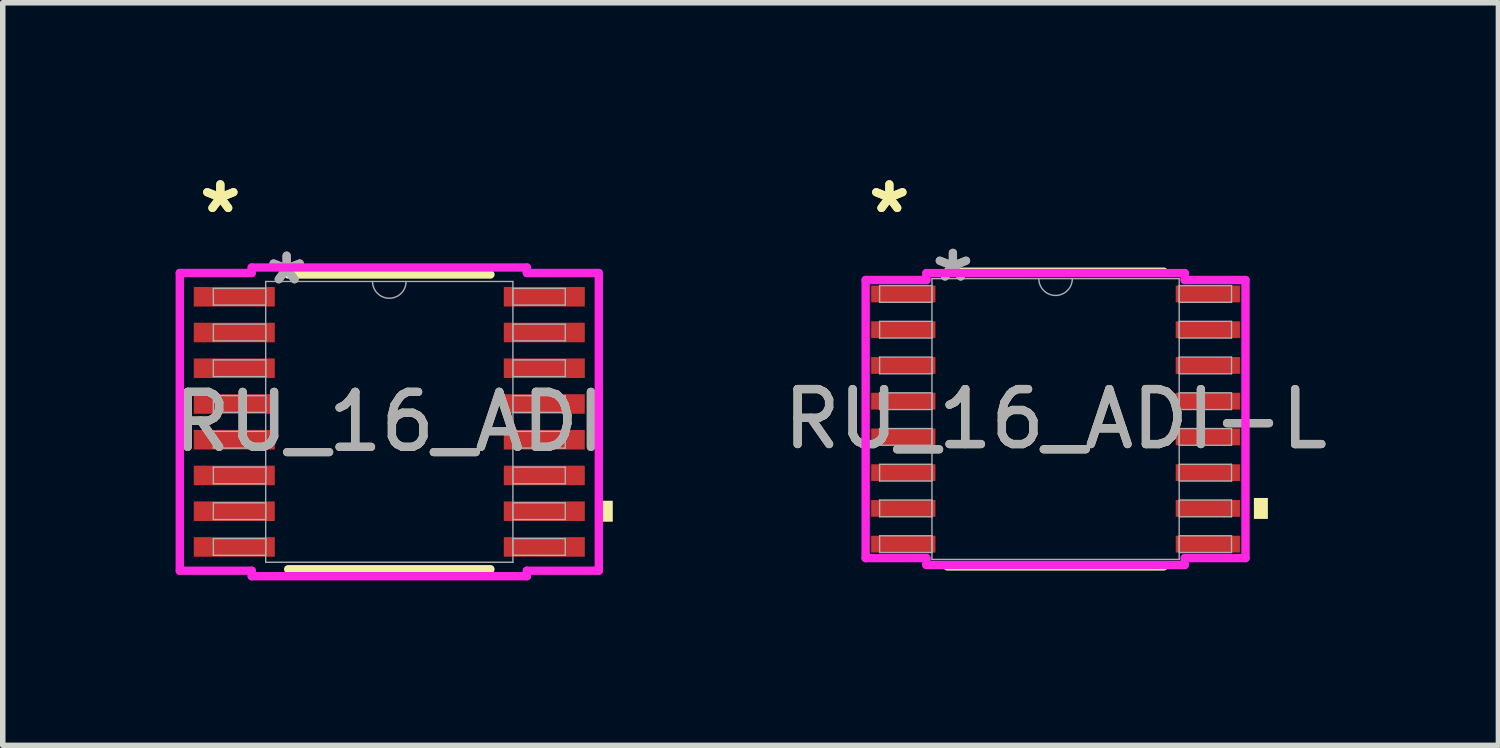
<source format=kicad_pcb>
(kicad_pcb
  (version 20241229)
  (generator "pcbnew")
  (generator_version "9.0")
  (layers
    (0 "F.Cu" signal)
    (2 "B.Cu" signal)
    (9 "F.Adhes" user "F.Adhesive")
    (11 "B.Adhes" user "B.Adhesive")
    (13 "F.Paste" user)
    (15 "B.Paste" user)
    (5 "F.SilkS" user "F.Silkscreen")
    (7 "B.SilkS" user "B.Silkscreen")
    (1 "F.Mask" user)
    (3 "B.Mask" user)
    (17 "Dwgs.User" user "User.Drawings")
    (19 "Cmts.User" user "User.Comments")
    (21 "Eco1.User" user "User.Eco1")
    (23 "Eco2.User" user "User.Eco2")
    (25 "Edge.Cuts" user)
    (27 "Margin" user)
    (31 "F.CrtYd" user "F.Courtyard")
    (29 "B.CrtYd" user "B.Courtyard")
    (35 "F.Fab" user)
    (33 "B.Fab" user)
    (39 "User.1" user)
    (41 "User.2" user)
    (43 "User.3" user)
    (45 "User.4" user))
  (footprint "RU_16_ADI-L"
    (layer "F.Cu")
    (at 16.147 4.571)
    (property "Reference" "RU_16_ADI-L" (at 0 0 0) (unlocked yes) (layer "F.SilkS") (effects (font (size 1 1) (thickness 0.15))))
    (attr smd)
    (fp_line (start -1.967 2.68) (end 1.967 2.68) (stroke (width 0.152) (type solid)) (layer "F.SilkS"))
    (fp_line (start 1.967 -2.68) (end -1.967 -2.68) (stroke (width 0.152) (type solid)) (layer "F.SilkS"))
    (fp_poly (pts (xy 3.861 1.435) (xy 3.861 1.816) (xy 3.607 1.816) (xy 3.607 1.435)) (stroke (width 0) (type solid)) (fill yes) (layer "F.SilkS"))
    (fp_line (start -3.454 -2.529) (end -2.349 -2.529) (stroke (width 0.152) (type solid)) (layer "F.CrtYd"))
    (fp_line (start -3.454 2.529) (end -3.454 -2.529) (stroke (width 0.152) (type solid)) (layer "F.CrtYd"))
    (fp_line (start -3.454 2.529) (end -2.349 2.529) (stroke (width 0.152) (type solid)) (layer "F.CrtYd"))
    (fp_line (start -2.349 -2.654) (end 2.349 -2.654) (stroke (width 0.152) (type solid)) (layer "F.CrtYd"))
    (fp_line (start -2.349 -2.529) (end -2.349 -2.654) (stroke (width 0.152) (type solid)) (layer "F.CrtYd"))
    (fp_line (start -2.349 2.654) (end -2.349 2.529) (stroke (width 0.152) (type solid)) (layer "F.CrtYd"))
    (fp_line (start 2.349 -2.654) (end 2.349 -2.529) (stroke (width 0.152) (type solid)) (layer "F.CrtYd"))
    (fp_line (start 2.349 2.529) (end 2.349 2.654) (stroke (width 0.152) (type solid)) (layer "F.CrtYd"))
    (fp_line (start 2.349 2.654) (end -2.349 2.654) (stroke (width 0.152) (type solid)) (layer "F.CrtYd"))
    (fp_line (start 3.454 -2.529) (end 2.349 -2.529) (stroke (width 0.152) (type solid)) (layer "F.CrtYd"))
    (fp_line (start 3.454 -2.529) (end 3.454 2.529) (stroke (width 0.152) (type solid)) (layer "F.CrtYd"))
    (fp_line (start 3.454 2.529) (end 2.349 2.529) (stroke (width 0.152) (type solid)) (layer "F.CrtYd"))
    (fp_line (start -3.2 -2.427) (end -3.2 -2.123) (stroke (width 0.025) (type solid)) (layer "F.Fab"))
    (fp_line (start -3.2 -2.123) (end -2.248 -2.123) (stroke (width 0.025) (type solid)) (layer "F.Fab"))
    (fp_line (start -3.2 -1.777) (end -3.2 -1.473) (stroke (width 0.025) (type solid)) (layer "F.Fab"))
    (fp_line (start -3.2 -1.473) (end -2.248 -1.473) (stroke (width 0.025) (type solid)) (layer "F.Fab"))
    (fp_line (start -3.2 -1.127) (end -3.2 -0.823) (stroke (width 0.025) (type solid)) (layer "F.Fab"))
    (fp_line (start -3.2 -0.823) (end -2.248 -0.823) (stroke (width 0.025) (type solid)) (layer "F.Fab"))
    (fp_line (start -3.2 -0.477) (end -3.2 -0.173) (stroke (width 0.025) (type solid)) (layer "F.Fab"))
    (fp_line (start -3.2 -0.173) (end -2.248 -0.173) (stroke (width 0.025) (type solid)) (layer "F.Fab"))
    (fp_line (start -3.2 0.173) (end -3.2 0.477) (stroke (width 0.025) (type solid)) (layer "F.Fab"))
    (fp_line (start -3.2 0.477) (end -2.248 0.477) (stroke (width 0.025) (type solid)) (layer "F.Fab"))
    (fp_line (start -3.2 0.823) (end -3.2 1.127) (stroke (width 0.025) (type solid)) (layer "F.Fab"))
    (fp_line (start -3.2 1.127) (end -2.248 1.127) (stroke (width 0.025) (type solid)) (layer "F.Fab"))
    (fp_line (start -3.2 1.473) (end -3.2 1.777) (stroke (width 0.025) (type solid)) (layer "F.Fab"))
    (fp_line (start -3.2 1.777) (end -2.248 1.777) (stroke (width 0.025) (type solid)) (layer "F.Fab"))
    (fp_line (start -3.2 2.123) (end -3.2 2.427) (stroke (width 0.025) (type solid)) (layer "F.Fab"))
    (fp_line (start -3.2 2.427) (end -2.248 2.427) (stroke (width 0.025) (type solid)) (layer "F.Fab"))
    (fp_line (start -2.248 -2.553) (end -2.248 2.553) (stroke (width 0.025) (type solid)) (layer "F.Fab"))
    (fp_line (start -2.248 -2.427) (end -3.2 -2.427) (stroke (width 0.025) (type solid)) (layer "F.Fab"))
    (fp_line (start -2.248 -2.123) (end -2.248 -2.427) (stroke (width 0.025) (type solid)) (layer "F.Fab"))
    (fp_line (start -2.248 -1.777) (end -3.2 -1.777) (stroke (width 0.025) (type solid)) (layer "F.Fab"))
    (fp_line (start -2.248 -1.473) (end -2.248 -1.777) (stroke (width 0.025) (type solid)) (layer "F.Fab"))
    (fp_line (start -2.248 -1.127) (end -3.2 -1.127) (stroke (width 0.025) (type solid)) (layer "F.Fab"))
    (fp_line (start -2.248 -0.823) (end -2.248 -1.127) (stroke (width 0.025) (type solid)) (layer "F.Fab"))
    (fp_line (start -2.248 -0.477) (end -3.2 -0.477) (stroke (width 0.025) (type solid)) (layer "F.Fab"))
    (fp_line (start -2.248 -0.173) (end -2.248 -0.477) (stroke (width 0.025) (type solid)) (layer "F.Fab"))
    (fp_line (start -2.248 0.173) (end -3.2 0.173) (stroke (width 0.025) (type solid)) (layer "F.Fab"))
    (fp_line (start -2.248 0.477) (end -2.248 0.173) (stroke (width 0.025) (type solid)) (layer "F.Fab"))
    (fp_line (start -2.248 0.823) (end -3.2 0.823) (stroke (width 0.025) (type solid)) (layer "F.Fab"))
    (fp_line (start -2.248 1.127) (end -2.248 0.823) (stroke (width 0.025) (type solid)) (layer "F.Fab"))
    (fp_line (start -2.248 1.473) (end -3.2 1.473) (stroke (width 0.025) (type solid)) (layer "F.Fab"))
    (fp_line (start -2.248 1.777) (end -2.248 1.473) (stroke (width 0.025) (type solid)) (layer "F.Fab"))
    (fp_line (start -2.248 2.123) (end -3.2 2.123) (stroke (width 0.025) (type solid)) (layer "F.Fab"))
    (fp_line (start -2.248 2.427) (end -2.248 2.123) (stroke (width 0.025) (type solid)) (layer "F.Fab"))
    (fp_line (start -2.248 2.553) (end 2.248 2.553) (stroke (width 0.025) (type solid)) (layer "F.Fab"))
    (fp_line (start 2.248 -2.553) (end -2.248 -2.553) (stroke (width 0.025) (type solid)) (layer "F.Fab"))
    (fp_line (start 2.248 -2.427) (end 2.248 -2.123) (stroke (width 0.025) (type solid)) (layer "F.Fab"))
    (fp_line (start 2.248 -2.123) (end 3.2 -2.123) (stroke (width 0.025) (type solid)) (layer "F.Fab"))
    (fp_line (start 2.248 -1.777) (end 2.248 -1.473) (stroke (width 0.025) (type solid)) (layer "F.Fab"))
    (fp_line (start 2.248 -1.473) (end 3.2 -1.473) (stroke (width 0.025) (type solid)) (layer "F.Fab"))
    (fp_line (start 2.248 -1.127) (end 2.248 -0.823) (stroke (width 0.025) (type solid)) (layer "F.Fab"))
    (fp_line (start 2.248 -0.823) (end 3.2 -0.823) (stroke (width 0.025) (type solid)) (layer "F.Fab"))
    (fp_line (start 2.248 -0.477) (end 2.248 -0.173) (stroke (width 0.025) (type solid)) (layer "F.Fab"))
    (fp_line (start 2.248 -0.173) (end 3.2 -0.173) (stroke (width 0.025) (type solid)) (layer "F.Fab"))
    (fp_line (start 2.248 0.173) (end 2.248 0.477) (stroke (width 0.025) (type solid)) (layer "F.Fab"))
    (fp_line (start 2.248 0.477) (end 3.2 0.477) (stroke (width 0.025) (type solid)) (layer "F.Fab"))
    (fp_line (start 2.248 0.823) (end 2.248 1.127) (stroke (width 0.025) (type solid)) (layer "F.Fab"))
    (fp_line (start 2.248 1.127) (end 3.2 1.127) (stroke (width 0.025) (type solid)) (layer "F.Fab"))
    (fp_line (start 2.248 1.473) (end 2.248 1.777) (stroke (width 0.025) (type solid)) (layer "F.Fab"))
    (fp_line (start 2.248 1.777) (end 3.2 1.777) (stroke (width 0.025) (type solid)) (layer "F.Fab"))
    (fp_line (start 2.248 2.123) (end 2.248 2.427) (stroke (width 0.025) (type solid)) (layer "F.Fab"))
    (fp_line (start 2.248 2.427) (end 3.2 2.427) (stroke (width 0.025) (type solid)) (layer "F.Fab"))
    (fp_line (start 2.248 2.553) (end 2.248 -2.553) (stroke (width 0.025) (type solid)) (layer "F.Fab"))
    (fp_line (start 3.2 -2.427) (end 2.248 -2.427) (stroke (width 0.025) (type solid)) (layer "F.Fab"))
    (fp_line (start 3.2 -2.123) (end 3.2 -2.427) (stroke (width 0.025) (type solid)) (layer "F.Fab"))
    (fp_line (start 3.2 -1.777) (end 2.248 -1.777) (stroke (width 0.025) (type solid)) (layer "F.Fab"))
    (fp_line (start 3.2 -1.473) (end 3.2 -1.777) (stroke (width 0.025) (type solid)) (layer "F.Fab"))
    (fp_line (start 3.2 -1.127) (end 2.248 -1.127) (stroke (width 0.025) (type solid)) (layer "F.Fab"))
    (fp_line (start 3.2 -0.823) (end 3.2 -1.127) (stroke (width 0.025) (type solid)) (layer "F.Fab"))
    (fp_line (start 3.2 -0.477) (end 2.248 -0.477) (stroke (width 0.025) (type solid)) (layer "F.Fab"))
    (fp_line (start 3.2 -0.173) (end 3.2 -0.477) (stroke (width 0.025) (type solid)) (layer "F.Fab"))
    (fp_line (start 3.2 0.173) (end 2.248 0.173) (stroke (width 0.025) (type solid)) (layer "F.Fab"))
    (fp_line (start 3.2 0.477) (end 3.2 0.173) (stroke (width 0.025) (type solid)) (layer "F.Fab"))
    (fp_line (start 3.2 0.823) (end 2.248 0.823) (stroke (width 0.025) (type solid)) (layer "F.Fab"))
    (fp_line (start 3.2 1.127) (end 3.2 0.823) (stroke (width 0.025) (type solid)) (layer "F.Fab"))
    (fp_line (start 3.2 1.473) (end 2.248 1.473) (stroke (width 0.025) (type solid)) (layer "F.Fab"))
    (fp_line (start 3.2 1.777) (end 3.2 1.473) (stroke (width 0.025) (type solid)) (layer "F.Fab"))
    (fp_line (start 3.2 2.123) (end 2.248 2.123) (stroke (width 0.025) (type solid)) (layer "F.Fab"))
    (fp_line (start 3.2 2.427) (end 3.2 2.123) (stroke (width 0.025) (type solid)) (layer "F.Fab"))
    (fp_arc (start 0.3048 -2.5527) (mid 0 -2.2479) (end -0.3048 -2.5527) (stroke (width 0.0254) (type solid)) (layer "F.Fab"))
    (fp_text user "*" (at -3.023 -3.723 0) (layer "F.SilkS") (effects (font (size 1 1) (thickness 0.15))))
    (fp_text user "*" (at -3.023 -3.723 0) (unlocked yes) (layer "F.SilkS") (effects (font (size 1 1) (thickness 0.15))))
    (fp_text user "${REFERENCE}" (at 0 0 0) (unlocked yes) (layer "F.Fab") (effects (font (size 1 1) (thickness 0.15))))
    (fp_text user "*" (at -1.867 -2.477 0) (layer "F.Fab") (effects (font (size 1 1) (thickness 0.15))))
    (fp_text user "*" (at -1.867 -2.477 0) (unlocked yes) (layer "F.Fab") (effects (font (size 1 1) (thickness 0.15))))
    (pad "1" smd rect (at -2.769 -2.275) (size 1.168 0.305) (layers "F.Cu" "F.Mask" "F.Paste"))
    (pad "2" smd rect (at -2.769 -1.625) (size 1.168 0.305) (layers "F.Cu" "F.Mask" "F.Paste"))
    (pad "3" smd rect (at -2.769 -0.975) (size 1.168 0.305) (layers "F.Cu" "F.Mask" "F.Paste"))
    (pad "4" smd rect (at -2.769 -0.325) (size 1.168 0.305) (layers "F.Cu" "F.Mask" "F.Paste"))
    (pad "5" smd rect (at -2.769 0.325) (size 1.168 0.305) (layers "F.Cu" "F.Mask" "F.Paste"))
    (pad "6" smd rect (at -2.769 0.975) (size 1.168 0.305) (layers "F.Cu" "F.Mask" "F.Paste"))
    (pad "7" smd rect (at -2.769 1.625) (size 1.168 0.305) (layers "F.Cu" "F.Mask" "F.Paste"))
    (pad "8" smd rect (at -2.769 2.275) (size 1.168 0.305) (layers "F.Cu" "F.Mask" "F.Paste"))
    (pad "9" smd rect (at 2.769 2.275) (size 1.168 0.305) (layers "F.Cu" "F.Mask" "F.Paste"))
    (pad "10" smd rect (at 2.769 1.625) (size 1.168 0.305) (layers "F.Cu" "F.Mask" "F.Paste"))
    (pad "11" smd rect (at 2.769 0.975) (size 1.168 0.305) (layers "F.Cu" "F.Mask" "F.Paste"))
    (pad "12" smd rect (at 2.769 0.325) (size 1.168 0.305) (layers "F.Cu" "F.Mask" "F.Paste"))
    (pad "13" smd rect (at 2.769 -0.325) (size 1.168 0.305) (layers "F.Cu" "F.Mask" "F.Paste"))
    (pad "14" smd rect (at 2.769 -0.975) (size 1.168 0.305) (layers "F.Cu" "F.Mask" "F.Paste"))
    (pad "15" smd rect (at 2.769 -1.625) (size 1.168 0.305) (layers "F.Cu" "F.Mask" "F.Paste"))
    (pad "16" smd rect (at 2.769 -2.275) (size 1.168 0.305) (layers "F.Cu" "F.Mask" "F.Paste")))
  (footprint "RU_16_ADI"
    (layer "F.Cu")
    (at 4.03 4.622)
    (property "Reference" "RU_16_ADI" (at 0 0 0) (unlocked yes) (layer "F.SilkS") (effects (font (size 1 1) (thickness 0.15))))
    (attr smd)
    (fp_line (start -1.839 2.68) (end 1.839 2.68) (stroke (width 0.152) (type solid)) (layer "F.SilkS"))
    (fp_line (start 1.839 -2.68) (end -1.839 -2.68) (stroke (width 0.152) (type solid)) (layer "F.SilkS"))
    (fp_poly (pts (xy 4.064 1.435) (xy 4.064 1.816) (xy 3.81 1.816) (xy 3.81 1.435)) (stroke (width 0) (type solid)) (fill yes) (layer "F.SilkS"))
    (fp_line (start -3.81 -2.707) (end -2.502 -2.707) (stroke (width 0.152) (type solid)) (layer "F.CrtYd"))
    (fp_line (start -3.81 2.707) (end -3.81 -2.707) (stroke (width 0.152) (type solid)) (layer "F.CrtYd"))
    (fp_line (start -3.81 2.707) (end -2.502 2.707) (stroke (width 0.152) (type solid)) (layer "F.CrtYd"))
    (fp_line (start -2.502 -2.807) (end 2.502 -2.807) (stroke (width 0.152) (type solid)) (layer "F.CrtYd"))
    (fp_line (start -2.502 -2.707) (end -2.502 -2.807) (stroke (width 0.152) (type solid)) (layer "F.CrtYd"))
    (fp_line (start -2.502 2.807) (end -2.502 2.707) (stroke (width 0.152) (type solid)) (layer "F.CrtYd"))
    (fp_line (start 2.502 -2.807) (end 2.502 -2.707) (stroke (width 0.152) (type solid)) (layer "F.CrtYd"))
    (fp_line (start 2.502 2.707) (end 2.502 2.807) (stroke (width 0.152) (type solid)) (layer "F.CrtYd"))
    (fp_line (start 2.502 2.807) (end -2.502 2.807) (stroke (width 0.152) (type solid)) (layer "F.CrtYd"))
    (fp_line (start 3.81 -2.707) (end 2.502 -2.707) (stroke (width 0.152) (type solid)) (layer "F.CrtYd"))
    (fp_line (start 3.81 -2.707) (end 3.81 2.707) (stroke (width 0.152) (type solid)) (layer "F.CrtYd"))
    (fp_line (start 3.81 2.707) (end 2.502 2.707) (stroke (width 0.152) (type solid)) (layer "F.CrtYd"))
    (fp_line (start -3.2 -2.427) (end -3.2 -2.123) (stroke (width 0.025) (type solid)) (layer "F.Fab"))
    (fp_line (start -3.2 -2.123) (end -2.248 -2.123) (stroke (width 0.025) (type solid)) (layer "F.Fab"))
    (fp_line (start -3.2 -1.777) (end -3.2 -1.473) (stroke (width 0.025) (type solid)) (layer "F.Fab"))
    (fp_line (start -3.2 -1.473) (end -2.248 -1.473) (stroke (width 0.025) (type solid)) (layer "F.Fab"))
    (fp_line (start -3.2 -1.127) (end -3.2 -0.823) (stroke (width 0.025) (type solid)) (layer "F.Fab"))
    (fp_line (start -3.2 -0.823) (end -2.248 -0.823) (stroke (width 0.025) (type solid)) (layer "F.Fab"))
    (fp_line (start -3.2 -0.477) (end -3.2 -0.173) (stroke (width 0.025) (type solid)) (layer "F.Fab"))
    (fp_line (start -3.2 -0.173) (end -2.248 -0.173) (stroke (width 0.025) (type solid)) (layer "F.Fab"))
    (fp_line (start -3.2 0.173) (end -3.2 0.477) (stroke (width 0.025) (type solid)) (layer "F.Fab"))
    (fp_line (start -3.2 0.477) (end -2.248 0.477) (stroke (width 0.025) (type solid)) (layer "F.Fab"))
    (fp_line (start -3.2 0.823) (end -3.2 1.127) (stroke (width 0.025) (type solid)) (layer "F.Fab"))
    (fp_line (start -3.2 1.127) (end -2.248 1.127) (stroke (width 0.025) (type solid)) (layer "F.Fab"))
    (fp_line (start -3.2 1.473) (end -3.2 1.777) (stroke (width 0.025) (type solid)) (layer "F.Fab"))
    (fp_line (start -3.2 1.777) (end -2.248 1.777) (stroke (width 0.025) (type solid)) (layer "F.Fab"))
    (fp_line (start -3.2 2.123) (end -3.2 2.427) (stroke (width 0.025) (type solid)) (layer "F.Fab"))
    (fp_line (start -3.2 2.427) (end -2.248 2.427) (stroke (width 0.025) (type solid)) (layer "F.Fab"))
    (fp_line (start -2.248 -2.553) (end -2.248 2.553) (stroke (width 0.025) (type solid)) (layer "F.Fab"))
    (fp_line (start -2.248 -2.427) (end -3.2 -2.427) (stroke (width 0.025) (type solid)) (layer "F.Fab"))
    (fp_line (start -2.248 -2.123) (end -2.248 -2.427) (stroke (width 0.025) (type solid)) (layer "F.Fab"))
    (fp_line (start -2.248 -1.777) (end -3.2 -1.777) (stroke (width 0.025) (type solid)) (layer "F.Fab"))
    (fp_line (start -2.248 -1.473) (end -2.248 -1.777) (stroke (width 0.025) (type solid)) (layer "F.Fab"))
    (fp_line (start -2.248 -1.127) (end -3.2 -1.127) (stroke (width 0.025) (type solid)) (layer "F.Fab"))
    (fp_line (start -2.248 -0.823) (end -2.248 -1.127) (stroke (width 0.025) (type solid)) (layer "F.Fab"))
    (fp_line (start -2.248 -0.477) (end -3.2 -0.477) (stroke (width 0.025) (type solid)) (layer "F.Fab"))
    (fp_line (start -2.248 -0.173) (end -2.248 -0.477) (stroke (width 0.025) (type solid)) (layer "F.Fab"))
    (fp_line (start -2.248 0.173) (end -3.2 0.173) (stroke (width 0.025) (type solid)) (layer "F.Fab"))
    (fp_line (start -2.248 0.477) (end -2.248 0.173) (stroke (width 0.025) (type solid)) (layer "F.Fab"))
    (fp_line (start -2.248 0.823) (end -3.2 0.823) (stroke (width 0.025) (type solid)) (layer "F.Fab"))
    (fp_line (start -2.248 1.127) (end -2.248 0.823) (stroke (width 0.025) (type solid)) (layer "F.Fab"))
    (fp_line (start -2.248 1.473) (end -3.2 1.473) (stroke (width 0.025) (type solid)) (layer "F.Fab"))
    (fp_line (start -2.248 1.777) (end -2.248 1.473) (stroke (width 0.025) (type solid)) (layer "F.Fab"))
    (fp_line (start -2.248 2.123) (end -3.2 2.123) (stroke (width 0.025) (type solid)) (layer "F.Fab"))
    (fp_line (start -2.248 2.427) (end -2.248 2.123) (stroke (width 0.025) (type solid)) (layer "F.Fab"))
    (fp_line (start -2.248 2.553) (end 2.248 2.553) (stroke (width 0.025) (type solid)) (layer "F.Fab"))
    (fp_line (start 2.248 -2.553) (end -2.248 -2.553) (stroke (width 0.025) (type solid)) (layer "F.Fab"))
    (fp_line (start 2.248 -2.427) (end 2.248 -2.123) (stroke (width 0.025) (type solid)) (layer "F.Fab"))
    (fp_line (start 2.248 -2.123) (end 3.2 -2.123) (stroke (width 0.025) (type solid)) (layer "F.Fab"))
    (fp_line (start 2.248 -1.777) (end 2.248 -1.473) (stroke (width 0.025) (type solid)) (layer "F.Fab"))
    (fp_line (start 2.248 -1.473) (end 3.2 -1.473) (stroke (width 0.025) (type solid)) (layer "F.Fab"))
    (fp_line (start 2.248 -1.127) (end 2.248 -0.823) (stroke (width 0.025) (type solid)) (layer "F.Fab"))
    (fp_line (start 2.248 -0.823) (end 3.2 -0.823) (stroke (width 0.025) (type solid)) (layer "F.Fab"))
    (fp_line (start 2.248 -0.477) (end 2.248 -0.173) (stroke (width 0.025) (type solid)) (layer "F.Fab"))
    (fp_line (start 2.248 -0.173) (end 3.2 -0.173) (stroke (width 0.025) (type solid)) (layer "F.Fab"))
    (fp_line (start 2.248 0.173) (end 2.248 0.477) (stroke (width 0.025) (type solid)) (layer "F.Fab"))
    (fp_line (start 2.248 0.477) (end 3.2 0.477) (stroke (width 0.025) (type solid)) (layer "F.Fab"))
    (fp_line (start 2.248 0.823) (end 2.248 1.127) (stroke (width 0.025) (type solid)) (layer "F.Fab"))
    (fp_line (start 2.248 1.127) (end 3.2 1.127) (stroke (width 0.025) (type solid)) (layer "F.Fab"))
    (fp_line (start 2.248 1.473) (end 2.248 1.777) (stroke (width 0.025) (type solid)) (layer "F.Fab"))
    (fp_line (start 2.248 1.777) (end 3.2 1.777) (stroke (width 0.025) (type solid)) (layer "F.Fab"))
    (fp_line (start 2.248 2.123) (end 2.248 2.427) (stroke (width 0.025) (type solid)) (layer "F.Fab"))
    (fp_line (start 2.248 2.427) (end 3.2 2.427) (stroke (width 0.025) (type solid)) (layer "F.Fab"))
    (fp_line (start 2.248 2.553) (end 2.248 -2.553) (stroke (width 0.025) (type solid)) (layer "F.Fab"))
    (fp_line (start 3.2 -2.427) (end 2.248 -2.427) (stroke (width 0.025) (type solid)) (layer "F.Fab"))
    (fp_line (start 3.2 -2.123) (end 3.2 -2.427) (stroke (width 0.025) (type solid)) (layer "F.Fab"))
    (fp_line (start 3.2 -1.777) (end 2.248 -1.777) (stroke (width 0.025) (type solid)) (layer "F.Fab"))
    (fp_line (start 3.2 -1.473) (end 3.2 -1.777) (stroke (width 0.025) (type solid)) (layer "F.Fab"))
    (fp_line (start 3.2 -1.127) (end 2.248 -1.127) (stroke (width 0.025) (type solid)) (layer "F.Fab"))
    (fp_line (start 3.2 -0.823) (end 3.2 -1.127) (stroke (width 0.025) (type solid)) (layer "F.Fab"))
    (fp_line (start 3.2 -0.477) (end 2.248 -0.477) (stroke (width 0.025) (type solid)) (layer "F.Fab"))
    (fp_line (start 3.2 -0.173) (end 3.2 -0.477) (stroke (width 0.025) (type solid)) (layer "F.Fab"))
    (fp_line (start 3.2 0.173) (end 2.248 0.173) (stroke (width 0.025) (type solid)) (layer "F.Fab"))
    (fp_line (start 3.2 0.477) (end 3.2 0.173) (stroke (width 0.025) (type solid)) (layer "F.Fab"))
    (fp_line (start 3.2 0.823) (end 2.248 0.823) (stroke (width 0.025) (type solid)) (layer "F.Fab"))
    (fp_line (start 3.2 1.127) (end 3.2 0.823) (stroke (width 0.025) (type solid)) (layer "F.Fab"))
    (fp_line (start 3.2 1.473) (end 2.248 1.473) (stroke (width 0.025) (type solid)) (layer "F.Fab"))
    (fp_line (start 3.2 1.777) (end 3.2 1.473) (stroke (width 0.025) (type solid)) (layer "F.Fab"))
    (fp_line (start 3.2 2.123) (end 2.248 2.123) (stroke (width 0.025) (type solid)) (layer "F.Fab"))
    (fp_line (start 3.2 2.427) (end 3.2 2.123) (stroke (width 0.025) (type solid)) (layer "F.Fab"))
    (fp_arc (start 0.3048 -2.5527) (mid 0 -2.2479) (end -0.3048 -2.5527) (stroke (width 0.0254) (type solid)) (layer "F.Fab"))
    (fp_text user "*" (at -3.073 -3.774 0) (layer "F.SilkS") (effects (font (size 1 1) (thickness 0.15))))
    (fp_text user "*" (at -3.073 -3.774 0) (unlocked yes) (layer "F.SilkS") (effects (font (size 1 1) (thickness 0.15))))
    (fp_text user "*" (at -1.867 -2.477 0) (unlocked yes) (layer "F.Fab") (effects (font (size 1 1) (thickness 0.15))))
    (fp_text user "*" (at -1.867 -2.477 0) (layer "F.Fab") (effects (font (size 1 1) (thickness 0.15))))
    (fp_text user "${REFERENCE}" (at 0 0 0) (unlocked yes) (layer "F.Fab") (effects (font (size 1 1) (thickness 0.15))))
    (pad "1" smd rect (at -2.819 -2.275) (size 1.473 0.356) (layers "F.Cu" "F.Mask" "F.Paste"))
    (pad "2" smd rect (at -2.819 -1.625) (size 1.473 0.356) (layers "F.Cu" "F.Mask" "F.Paste"))
    (pad "3" smd rect (at -2.819 -0.975) (size 1.473 0.356) (layers "F.Cu" "F.Mask" "F.Paste"))
    (pad "4" smd rect (at -2.819 -0.325) (size 1.473 0.356) (layers "F.Cu" "F.Mask" "F.Paste"))
    (pad "5" smd rect (at -2.819 0.325) (size 1.473 0.356) (layers "F.Cu" "F.Mask" "F.Paste"))
    (pad "6" smd rect (at -2.819 0.975) (size 1.473 0.356) (layers "F.Cu" "F.Mask" "F.Paste"))
    (pad "7" smd rect (at -2.819 1.625) (size 1.473 0.356) (layers "F.Cu" "F.Mask" "F.Paste"))
    (pad "8" smd rect (at -2.819 2.275) (size 1.473 0.356) (layers "F.Cu" "F.Mask" "F.Paste"))
    (pad "9" smd rect (at 2.819 2.275) (size 1.473 0.356) (layers "F.Cu" "F.Mask" "F.Paste"))
    (pad "10" smd rect (at 2.819 1.625) (size 1.473 0.356) (layers "F.Cu" "F.Mask" "F.Paste"))
    (pad "11" smd rect (at 2.819 0.975) (size 1.473 0.356) (layers "F.Cu" "F.Mask" "F.Paste"))
    (pad "12" smd rect (at 2.819 0.325) (size 1.473 0.356) (layers "F.Cu" "F.Mask" "F.Paste"))
    (pad "13" smd rect (at 2.819 -0.325) (size 1.473 0.356) (layers "F.Cu" "F.Mask" "F.Paste"))
    (pad "14" smd rect (at 2.819 -0.975) (size 1.473 0.356) (layers "F.Cu" "F.Mask" "F.Paste"))
    (pad "15" smd rect (at 2.819 -1.625) (size 1.473 0.356) (layers "F.Cu" "F.Mask" "F.Paste"))
    (pad "16" smd rect (at 2.819 -2.275) (size 1.473 0.356) (layers "F.Cu" "F.Mask" "F.Paste")))
  (gr_rect
    (start -3 -3)
    (end 24.201 10.505)
    (stroke (width 0.1) (type default))
    (fill no)
    (layer "Edge.Cuts")))
</source>
